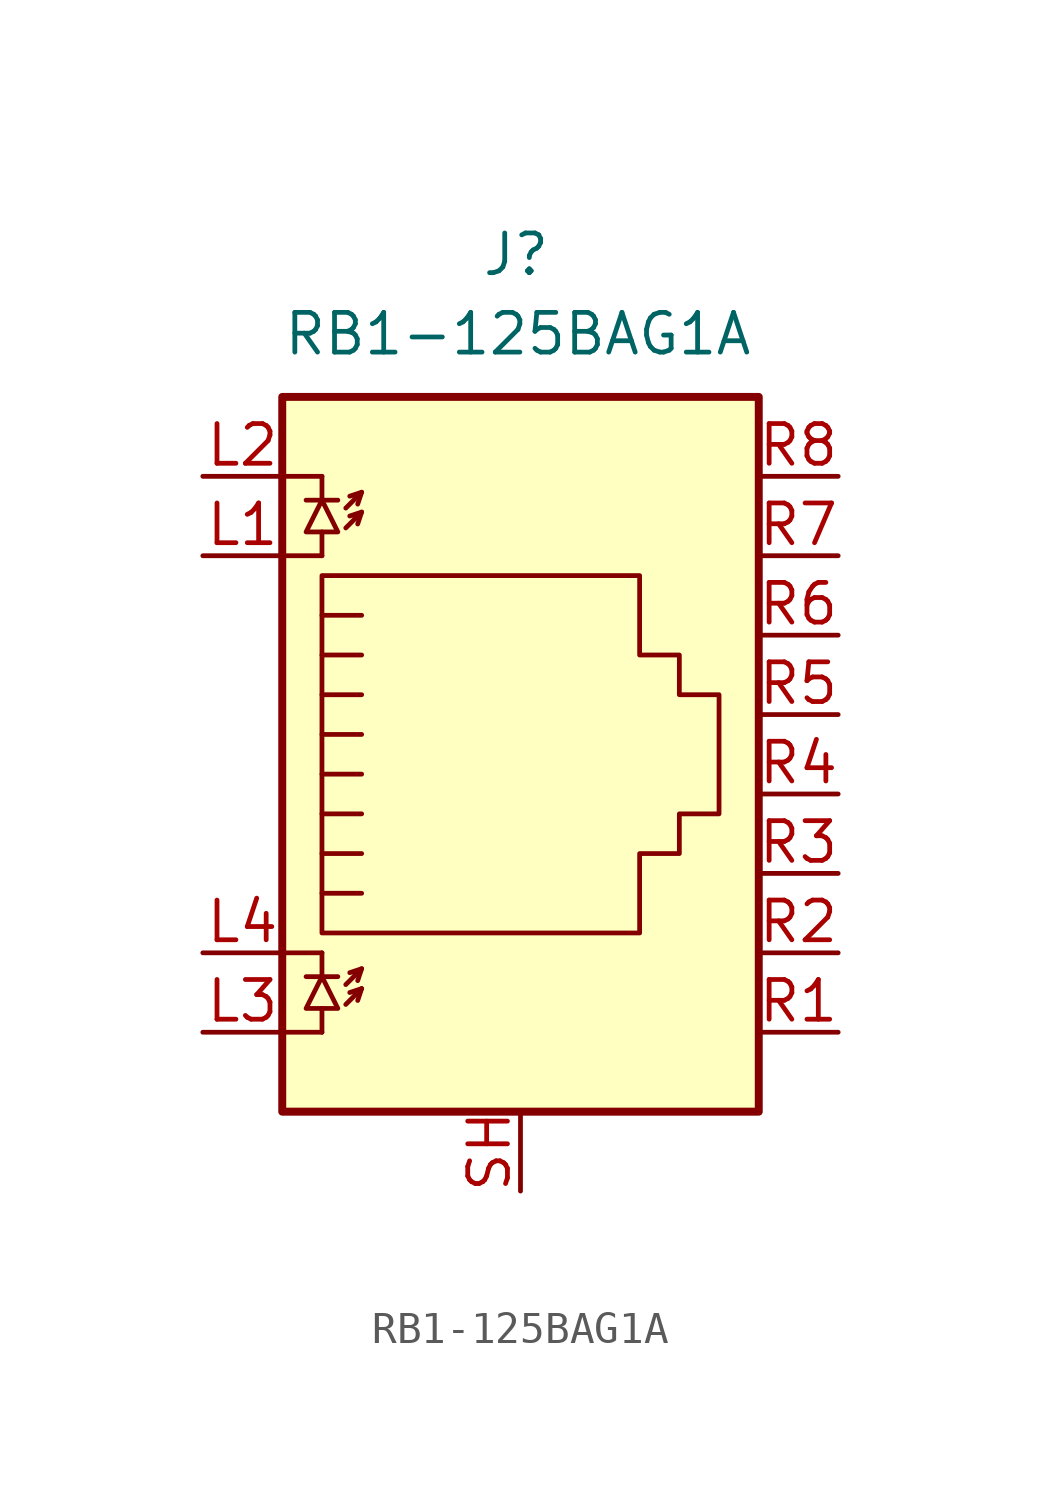
<source format=kicad_sym>
(kicad_symbol_lib
  (version 20211014)
  (generator kicad_symbol_editor)
  (symbol "RB1-125BAG1A"
    (pin_names
      (offset 1.016))
    (property "Reference" "J"
      (at -1.27 17.78 0)
      (effects (font (size 1.27 1.27)) (justify left bottom)))
    (property "Value" "RB1-125BAG1A"
      (at -7.62 15.24 0)
      (effects (font (size 1.27 1.27)) (justify left bottom)))
    (property "ki_locked" ""
      (at 0 0 0)
      (effects (font (size 1.27 1.27))))
    (symbol "RB1-125BAG1A_0_1"
      (polyline (pts (xy -7.62 -6.35) (xy -6.35 -6.35)) (stroke (width 0) (type default) (color 0 0 0 0)) (fill (type none)))
      (polyline (pts (xy -7.62 -3.81) (xy -6.35 -3.81)) (stroke (width 0) (type default) (color 0 0 0 0)) (fill (type none)))
      (polyline (pts (xy -7.62 8.89) (xy -6.35 8.89)) (stroke (width 0) (type default) (color 0 0 0 0)) (fill (type none)))
      (polyline (pts (xy -7.62 11.43) (xy -6.35 11.43)) (stroke (width 0) (type default) (color 0 0 0 0)) (fill (type none)))
      (polyline (pts (xy -6.858 -4.572) (xy -5.842 -4.572)) (stroke (width 0) (type default) (color 0 0 0 0)) (fill (type none)))
      (polyline (pts (xy -6.858 10.668) (xy -5.842 10.668)) (stroke (width 0) (type default) (color 0 0 0 0)) (fill (type none)))
      (polyline (pts (xy -6.35 -6.35) (xy -6.35 -5.588)) (stroke (width 0) (type default) (color 0 0 0 0)) (fill (type none)))
      (polyline (pts (xy -6.35 -3.81) (xy -6.35 -4.572)) (stroke (width 0) (type default) (color 0 0 0 0)) (fill (type none)))
      (polyline (pts (xy -6.35 8.89) (xy -6.35 9.652)) (stroke (width 0) (type default) (color 0 0 0 0)) (fill (type none)))
      (polyline (pts (xy -6.35 11.43) (xy -6.35 10.668)) (stroke (width 0) (type default) (color 0 0 0 0)) (fill (type none)))
      (polyline (pts (xy -5.08 -4.953) (xy -5.207 -5.334)) (stroke (width 0) (type default) (color 0 0 0 0)) (fill (type none)))
      (polyline (pts (xy -5.08 -4.318) (xy -5.207 -4.699)) (stroke (width 0) (type default) (color 0 0 0 0)) (fill (type none)))
      (polyline (pts (xy -5.08 5.715) (xy -6.35 5.715)) (stroke (width 0) (type default) (color 0 0 0 0)) (fill (type none)))
      (polyline (pts (xy -5.08 6.985) (xy -6.35 6.985)) (stroke (width 0) (type default) (color 0 0 0 0)) (fill (type none)))
      (polyline (pts (xy -5.08 10.287) (xy -5.207 9.906)) (stroke (width 0) (type default) (color 0 0 0 0)) (fill (type none)))
      (polyline (pts (xy -5.08 10.922) (xy -5.207 10.541)) (stroke (width 0) (type default) (color 0 0 0 0)) (fill (type none)))
      (polyline (pts (xy -6.35 -1.905) (xy -5.08 -1.905) (xy -5.08 -1.905)) (stroke (width 0) (type default) (color 0 0 0 0)) (fill (type none)))
      (polyline (pts (xy -6.35 -0.635) (xy -5.08 -0.635) (xy -5.08 -0.635)) (stroke (width 0) (type default) (color 0 0 0 0)) (fill (type none)))
      (polyline (pts (xy -6.35 0.635) (xy -5.08 0.635) (xy -5.08 0.635)) (stroke (width 0) (type default) (color 0 0 0 0)) (fill (type none)))
      (polyline (pts (xy -6.35 1.905) (xy -5.08 1.905) (xy -5.08 1.905)) (stroke (width 0) (type default) (color 0 0 0 0)) (fill (type none)))
      (polyline (pts (xy -6.35 3.175) (xy -5.08 3.175) (xy -5.08 3.175)) (stroke (width 0) (type default) (color 0 0 0 0)) (fill (type none)))
      (polyline (pts (xy -5.588 -5.461) (xy -5.08 -4.953) (xy -5.461 -5.08)) (stroke (width 0) (type default) (color 0 0 0 0)) (fill (type none)))
      (polyline (pts (xy -5.588 -4.826) (xy -5.08 -4.318) (xy -5.461 -4.445)) (stroke (width 0) (type default) (color 0 0 0 0)) (fill (type none)))
      (polyline (pts (xy -5.588 9.779) (xy -5.08 10.287) (xy -5.461 10.16)) (stroke (width 0) (type default) (color 0 0 0 0)) (fill (type none)))
      (polyline (pts (xy -5.588 10.414) (xy -5.08 10.922) (xy -5.461 10.795)) (stroke (width 0) (type default) (color 0 0 0 0)) (fill (type none)))
      (polyline (pts (xy -5.08 4.445) (xy -6.35 4.445) (xy -6.35 4.445)) (stroke (width 0) (type default) (color 0 0 0 0)) (fill (type none)))
      (polyline (pts (xy -6.35 -4.572) (xy -6.858 -5.588) (xy -5.842 -5.588) (xy -6.35 -4.572)) (stroke (width 0) (type default) (color 0 0 0 0)) (fill (type none)))
      (polyline (pts (xy -6.35 10.668) (xy -6.858 9.652) (xy -5.842 9.652) (xy -6.35 10.668)) (stroke (width 0) (type default) (color 0 0 0 0)) (fill (type none)))
      (polyline (pts (xy -6.35 -3.175) (xy -6.35 8.255) (xy 3.81 8.255) (xy 3.81 5.715) (xy 5.08 5.715) (xy 5.08 4.445) (xy 6.35 4.445) (xy 6.35 0.635) (xy 5.08 0.635) (xy 5.08 -0.635) (xy 3.81 -0.635) (xy 3.81 -3.175) (xy -6.35 -3.175) (xy -6.35 -3.175)) (stroke (width 0) (type default) (color 0 0 0 0)) (fill (type none)))
      (rectangle (start 7.62 13.97) (end -7.62 -8.89) (stroke (width 0.254) (type default) (color 0 0 0 0)) (fill (type background))))
    (symbol "RB1-125BAG1A_1_1"
      (pin passive line (at -10.16 8.89 0) (length 2.54) (name "~" (effects (font (size 1.27 1.27)))) (number "L1" (effects (font (size 1.27 1.27)))))
      (pin passive line (at -10.16 11.43 0) (length 2.54) (name "~" (effects (font (size 1.27 1.27)))) (number "L2" (effects (font (size 1.27 1.27)))))
      (pin passive line (at -10.16 -6.35 0) (length 2.54) (name "~" (effects (font (size 1.27 1.27)))) (number "L3" (effects (font (size 1.27 1.27)))))
      (pin passive line (at -10.16 -3.81 0) (length 2.54) (name "~" (effects (font (size 1.27 1.27)))) (number "L4" (effects (font (size 1.27 1.27)))))
      (pin passive line (at 10.16 -6.35 180) (length 2.54) (name "~" (effects (font (size 1.27 1.27)))) (number "R1" (effects (font (size 1.27 1.27)))))
      (pin passive line (at 10.16 -3.81 180) (length 2.54) (name "~" (effects (font (size 1.27 1.27)))) (number "R2" (effects (font (size 1.27 1.27)))))
      (pin passive line (at 10.16 -1.27 180) (length 2.54) (name "~" (effects (font (size 1.27 1.27)))) (number "R3" (effects (font (size 1.27 1.27)))))
      (pin passive line (at 10.16 1.27 180) (length 2.54) (name "~" (effects (font (size 1.27 1.27)))) (number "R4" (effects (font (size 1.27 1.27)))))
      (pin passive line (at 10.16 3.81 180) (length 2.54) (name "~" (effects (font (size 1.27 1.27)))) (number "R5" (effects (font (size 1.27 1.27)))))
      (pin passive line (at 10.16 6.35 180) (length 2.54) (name "~" (effects (font (size 1.27 1.27)))) (number "R6" (effects (font (size 1.27 1.27)))))
      (pin passive line (at 10.16 8.89 180) (length 2.54) (name "~" (effects (font (size 1.27 1.27)))) (number "R7" (effects (font (size 1.27 1.27)))))
      (pin passive line (at 10.16 11.43 180) (length 2.54) (name "~" (effects (font (size 1.27 1.27)))) (number "R8" (effects (font (size 1.27 1.27)))))
      (pin passive line (at 0 -11.43 90) (length 2.54) (name "~" (effects (font (size 1.27 1.27)))) (number "SH" (effects (font (size 1.27 1.27))))))))
</source>
